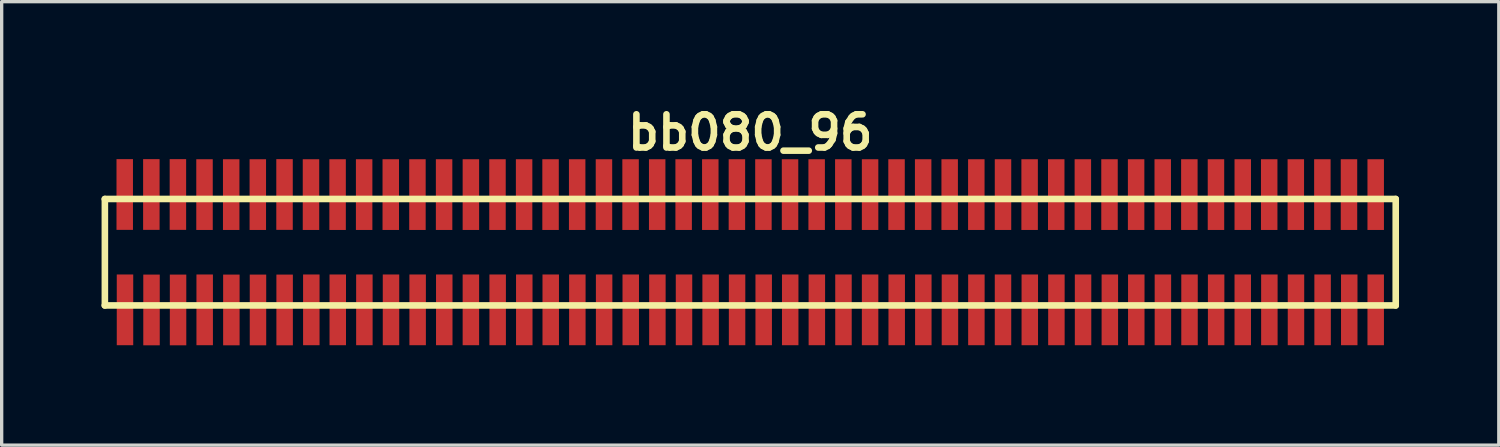
<source format=kicad_pcb>
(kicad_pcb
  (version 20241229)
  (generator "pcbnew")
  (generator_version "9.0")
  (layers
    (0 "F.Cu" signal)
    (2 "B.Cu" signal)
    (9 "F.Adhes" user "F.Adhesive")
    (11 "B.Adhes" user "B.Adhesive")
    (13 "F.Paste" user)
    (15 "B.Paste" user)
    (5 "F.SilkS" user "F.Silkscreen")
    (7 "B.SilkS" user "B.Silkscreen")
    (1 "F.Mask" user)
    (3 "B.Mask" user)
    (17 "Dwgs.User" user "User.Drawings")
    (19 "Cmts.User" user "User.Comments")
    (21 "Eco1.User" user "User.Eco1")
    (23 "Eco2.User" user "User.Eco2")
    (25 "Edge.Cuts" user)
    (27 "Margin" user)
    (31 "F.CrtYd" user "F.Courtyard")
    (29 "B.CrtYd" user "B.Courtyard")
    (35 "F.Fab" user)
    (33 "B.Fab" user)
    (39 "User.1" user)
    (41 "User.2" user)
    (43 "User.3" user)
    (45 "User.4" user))
  (footprint "bb080_96"
    (layer "F.Cu")
    (at 19.5 4.531)
    (property "Reference" "bb080_96" (at 0 -3.599 0) (layer "F.SilkS") (effects (font (size 0.998 0.998) (thickness 0.198))))
    (attr smd)
    (fp_line (start -19.401 -1.6) (end 19.401 -1.6) (stroke (width 0.198) (type solid)) (layer "F.SilkS"))
    (fp_line (start -19.398 -1.6) (end -19.398 1.6) (stroke (width 0.198) (type solid)) (layer "F.SilkS"))
    (fp_line (start 19.401 1.6) (end -19.401 1.6) (stroke (width 0.198) (type solid)) (layer "F.SilkS"))
    (fp_line (start 19.401 1.6) (end 19.401 -1.6) (stroke (width 0.198) (type solid)) (layer "F.SilkS"))
    (pad "1" smd rect (at -18.793 1.732) (size 0.495 2.126) (layers "F.Cu" "F.Mask" "F.Paste"))
    (pad "2" smd rect (at -18.801 -1.735) (size 0.495 2.126) (layers "F.Cu" "F.Mask" "F.Paste"))
    (pad "3" smd rect (at -17.996 1.735) (size 0.495 2.126) (layers "F.Cu" "F.Mask" "F.Paste"))
    (pad "4" smd rect (at -18.001 -1.735) (size 0.495 2.126) (layers "F.Cu" "F.Mask" "F.Paste"))
    (pad "5" smd rect (at -17.198 1.735) (size 0.495 2.126) (layers "F.Cu" "F.Mask" "F.Paste"))
    (pad "6" smd rect (at -17.203 -1.735) (size 0.495 2.126) (layers "F.Cu" "F.Mask" "F.Paste"))
    (pad "7" smd rect (at -16.398 1.732) (size 0.495 2.126) (layers "F.Cu" "F.Mask" "F.Paste"))
    (pad "8" smd rect (at -16.403 -1.732) (size 0.495 2.126) (layers "F.Cu" "F.Mask" "F.Paste"))
    (pad "9" smd rect (at -15.596 1.735) (size 0.495 2.126) (layers "F.Cu" "F.Mask" "F.Paste"))
    (pad "10" smd rect (at -15.601 -1.732) (size 0.495 2.126) (layers "F.Cu" "F.Mask" "F.Paste"))
    (pad "11" smd rect (at -14.796 1.735) (size 0.495 2.126) (layers "F.Cu" "F.Mask" "F.Paste"))
    (pad "12" smd rect (at -14.801 -1.732) (size 0.495 2.126) (layers "F.Cu" "F.Mask" "F.Paste"))
    (pad "13" smd rect (at -13.995 1.735) (size 0.495 2.126) (layers "F.Cu" "F.Mask" "F.Paste"))
    (pad "14" smd rect (at -13.998 -1.735) (size 0.495 2.126) (layers "F.Cu" "F.Mask" "F.Paste"))
    (pad "15" smd rect (at -13.193 1.732) (size 0.495 2.126) (layers "F.Cu" "F.Mask" "F.Paste"))
    (pad "16" smd rect (at -13.203 -1.732) (size 0.495 2.126) (layers "F.Cu" "F.Mask" "F.Paste"))
    (pad "17" smd rect (at -12.398 1.732) (size 0.495 2.126) (layers "F.Cu" "F.Mask" "F.Paste"))
    (pad "18" smd rect (at -12.403 -1.732) (size 0.495 2.126) (layers "F.Cu" "F.Mask" "F.Paste"))
    (pad "19" smd rect (at -11.598 1.732) (size 0.495 2.126) (layers "F.Cu" "F.Mask" "F.Paste"))
    (pad "20" smd rect (at -11.605 -1.732) (size 0.495 2.126) (layers "F.Cu" "F.Mask" "F.Paste"))
    (pad "21" smd rect (at -10.798 1.732) (size 0.495 2.126) (layers "F.Cu" "F.Mask" "F.Paste"))
    (pad "22" smd rect (at -10.805 -1.732) (size 0.495 2.126) (layers "F.Cu" "F.Mask" "F.Paste"))
    (pad "23" smd rect (at -9.997 1.732) (size 0.495 2.126) (layers "F.Cu" "F.Mask" "F.Paste"))
    (pad "24" smd rect (at -10.003 -1.732) (size 0.495 2.126) (layers "F.Cu" "F.Mask" "F.Paste"))
    (pad "25" smd rect (at -9.197 1.732) (size 0.495 2.126) (layers "F.Cu" "F.Mask" "F.Paste"))
    (pad "26" smd rect (at -9.202 -1.732) (size 0.495 2.126) (layers "F.Cu" "F.Mask" "F.Paste"))
    (pad "27" smd rect (at -8.397 1.732) (size 0.495 2.126) (layers "F.Cu" "F.Mask" "F.Paste"))
    (pad "28" smd rect (at -8.397 -1.732) (size 0.495 2.126) (layers "F.Cu" "F.Mask" "F.Paste"))
    (pad "29" smd rect (at -7.592 1.732) (size 0.495 2.126) (layers "F.Cu" "F.Mask" "F.Paste"))
    (pad "30" smd rect (at -7.597 -1.732) (size 0.495 2.126) (layers "F.Cu" "F.Mask" "F.Paste"))
    (pad "31" smd rect (at -6.792 1.732) (size 0.495 2.126) (layers "F.Cu" "F.Mask" "F.Paste"))
    (pad "32" smd rect (at -6.797 -1.732) (size 0.495 2.126) (layers "F.Cu" "F.Mask" "F.Paste"))
    (pad "33" smd rect (at -5.997 1.732) (size 0.495 2.126) (layers "F.Cu" "F.Mask" "F.Paste"))
    (pad "34" smd rect (at -6.002 -1.732) (size 0.495 2.126) (layers "F.Cu" "F.Mask" "F.Paste"))
    (pad "35" smd rect (at -5.197 1.732) (size 0.495 2.126) (layers "F.Cu" "F.Mask" "F.Paste"))
    (pad "36" smd rect (at -5.202 -1.732) (size 0.495 2.126) (layers "F.Cu" "F.Mask" "F.Paste"))
    (pad "37" smd rect (at -4.392 1.732) (size 0.495 2.126) (layers "F.Cu" "F.Mask" "F.Paste"))
    (pad "38" smd rect (at -4.397 -1.732) (size 0.495 2.126) (layers "F.Cu" "F.Mask" "F.Paste"))
    (pad "39" smd rect (at -3.592 1.732) (size 0.495 2.126) (layers "F.Cu" "F.Mask" "F.Paste"))
    (pad "40" smd rect (at -3.597 -1.732) (size 0.495 2.126) (layers "F.Cu" "F.Mask" "F.Paste"))
    (pad "41" smd rect (at -2.791 1.732) (size 0.495 2.126) (layers "F.Cu" "F.Mask" "F.Paste"))
    (pad "42" smd rect (at -2.797 -1.732) (size 0.495 2.126) (layers "F.Cu" "F.Mask" "F.Paste"))
    (pad "43" smd rect (at -1.991 1.732) (size 0.495 2.126) (layers "F.Cu" "F.Mask" "F.Paste"))
    (pad "44" smd rect (at -2.002 -1.732) (size 0.495 2.126) (layers "F.Cu" "F.Mask" "F.Paste"))
    (pad "45" smd rect (at -1.191 1.732) (size 0.495 2.126) (layers "F.Cu" "F.Mask" "F.Paste"))
    (pad "46" smd rect (at -1.201 -1.732) (size 0.495 2.126) (layers "F.Cu" "F.Mask" "F.Paste"))
    (pad "47" smd rect (at -0.396 1.732) (size 0.495 2.126) (layers "F.Cu" "F.Mask" "F.Paste"))
    (pad "48" smd rect (at -0.401 -1.732) (size 0.495 2.126) (layers "F.Cu" "F.Mask" "F.Paste"))
    (pad "49" smd rect (at 0.404 1.732) (size 0.495 2.126) (layers "F.Cu" "F.Mask" "F.Paste"))
    (pad "50" smd rect (at 0.396 -1.732) (size 0.495 2.126) (layers "F.Cu" "F.Mask" "F.Paste"))
    (pad "51" smd rect (at 1.201 1.732) (size 0.495 2.126) (layers "F.Cu" "F.Mask" "F.Paste"))
    (pad "52" smd rect (at 1.196 -1.732) (size 0.495 2.126) (layers "F.Cu" "F.Mask" "F.Paste"))
    (pad "53" smd rect (at 2.002 1.732) (size 0.495 2.126) (layers "F.Cu" "F.Mask" "F.Paste"))
    (pad "54" smd rect (at 1.996 -1.732) (size 0.495 2.126) (layers "F.Cu" "F.Mask" "F.Paste"))
    (pad "55" smd rect (at 2.802 1.732) (size 0.495 2.126) (layers "F.Cu" "F.Mask" "F.Paste"))
    (pad "56" smd rect (at 2.797 -1.732) (size 0.495 2.126) (layers "F.Cu" "F.Mask" "F.Paste"))
    (pad "57" smd rect (at 3.602 1.732) (size 0.495 2.126) (layers "F.Cu" "F.Mask" "F.Paste"))
    (pad "58" smd rect (at 3.602 -1.732) (size 0.495 2.126) (layers "F.Cu" "F.Mask" "F.Paste"))
    (pad "59" smd rect (at 4.402 1.732) (size 0.495 2.126) (layers "F.Cu" "F.Mask" "F.Paste"))
    (pad "60" smd rect (at 4.397 -1.732) (size 0.495 2.126) (layers "F.Cu" "F.Mask" "F.Paste"))
    (pad "61" smd rect (at 5.202 1.732) (size 0.495 2.126) (layers "F.Cu" "F.Mask" "F.Paste"))
    (pad "62" smd rect (at 5.197 -1.732) (size 0.495 2.126) (layers "F.Cu" "F.Mask" "F.Paste"))
    (pad "63" smd rect (at 6.002 1.732) (size 0.495 2.126) (layers "F.Cu" "F.Mask" "F.Paste"))
    (pad "64" smd rect (at 5.994 -1.732) (size 0.495 2.126) (layers "F.Cu" "F.Mask" "F.Paste"))
    (pad "65" smd rect (at 6.797 1.732) (size 0.495 2.126) (layers "F.Cu" "F.Mask" "F.Paste"))
    (pad "66" smd rect (at 6.795 -1.732) (size 0.495 2.126) (layers "F.Cu" "F.Mask" "F.Paste"))
    (pad "67" smd rect (at 7.597 1.732) (size 0.495 2.126) (layers "F.Cu" "F.Mask" "F.Paste"))
    (pad "68" smd rect (at 7.597 -1.732) (size 0.495 2.126) (layers "F.Cu" "F.Mask" "F.Paste"))
    (pad "69" smd rect (at 8.402 1.732) (size 0.495 2.126) (layers "F.Cu" "F.Mask" "F.Paste"))
    (pad "70" smd rect (at 8.397 -1.732) (size 0.495 2.126) (layers "F.Cu" "F.Mask" "F.Paste"))
    (pad "71" smd rect (at 9.202 1.732) (size 0.495 2.126) (layers "F.Cu" "F.Mask" "F.Paste"))
    (pad "72" smd rect (at 9.197 -1.732) (size 0.495 2.126) (layers "F.Cu" "F.Mask" "F.Paste"))
    (pad "73" smd rect (at 10.003 1.732) (size 0.495 2.126) (layers "F.Cu" "F.Mask" "F.Paste"))
    (pad "74" smd rect (at 9.997 -1.732) (size 0.495 2.126) (layers "F.Cu" "F.Mask" "F.Paste"))
    (pad "75" smd rect (at 10.808 1.732) (size 0.495 2.126) (layers "F.Cu" "F.Mask" "F.Paste"))
    (pad "76" smd rect (at 10.798 -1.732) (size 0.495 2.126) (layers "F.Cu" "F.Mask" "F.Paste"))
    (pad "77" smd rect (at 11.603 1.732) (size 0.495 2.126) (layers "F.Cu" "F.Mask" "F.Paste"))
    (pad "78" smd rect (at 11.598 -1.732) (size 0.495 2.126) (layers "F.Cu" "F.Mask" "F.Paste"))
    (pad "79" smd rect (at 12.403 1.732) (size 0.495 2.126) (layers "F.Cu" "F.Mask" "F.Paste"))
    (pad "80" smd rect (at 12.398 -1.732) (size 0.495 2.126) (layers "F.Cu" "F.Mask" "F.Paste"))
    (pad "81" smd rect (at 13.203 1.732) (size 0.495 2.126) (layers "F.Cu" "F.Mask" "F.Paste"))
    (pad "82" smd rect (at 13.198 -1.732) (size 0.495 2.126) (layers "F.Cu" "F.Mask" "F.Paste"))
    (pad "83" smd rect (at 14.003 1.732) (size 0.495 2.126) (layers "F.Cu" "F.Mask" "F.Paste"))
    (pad "84" smd rect (at 13.998 -1.732) (size 0.495 2.126) (layers "F.Cu" "F.Mask" "F.Paste"))
    (pad "85" smd rect (at 14.803 1.732) (size 0.495 2.126) (layers "F.Cu" "F.Mask" "F.Paste"))
    (pad "86" smd rect (at 14.803 -1.732) (size 0.495 2.126) (layers "F.Cu" "F.Mask" "F.Paste"))
    (pad "87" smd rect (at 15.603 1.732) (size 0.495 2.126) (layers "F.Cu" "F.Mask" "F.Paste"))
    (pad "88" smd rect (at 15.598 -1.732) (size 0.495 2.126) (layers "F.Cu" "F.Mask" "F.Paste"))
    (pad "89" smd rect (at 16.403 1.732) (size 0.495 2.126) (layers "F.Cu" "F.Mask" "F.Paste"))
    (pad "90" smd rect (at 16.398 -1.732) (size 0.495 2.126) (layers "F.Cu" "F.Mask" "F.Paste"))
    (pad "91" smd rect (at 17.203 1.732) (size 0.495 2.126) (layers "F.Cu" "F.Mask" "F.Paste"))
    (pad "92" smd rect (at 17.196 -1.732) (size 0.495 2.126) (layers "F.Cu" "F.Mask" "F.Paste"))
    (pad "93" smd rect (at 18.004 1.732) (size 0.495 2.126) (layers "F.Cu" "F.Mask" "F.Paste"))
    (pad "94" smd rect (at 17.996 -1.732) (size 0.495 2.126) (layers "F.Cu" "F.Mask" "F.Paste"))
    (pad "95" smd rect (at 18.799 1.732) (size 0.495 2.126) (layers "F.Cu" "F.Mask" "F.Paste"))
    (pad "96" smd rect (at 18.799 -1.732) (size 0.495 2.126) (layers "F.Cu" "F.Mask" "F.Paste")))
  (gr_rect
    (start -3 -3)
    (end 41.999 10.329)
    (stroke (width 0.1) (type default))
    (fill no)
    (layer "Edge.Cuts")))
</source>
